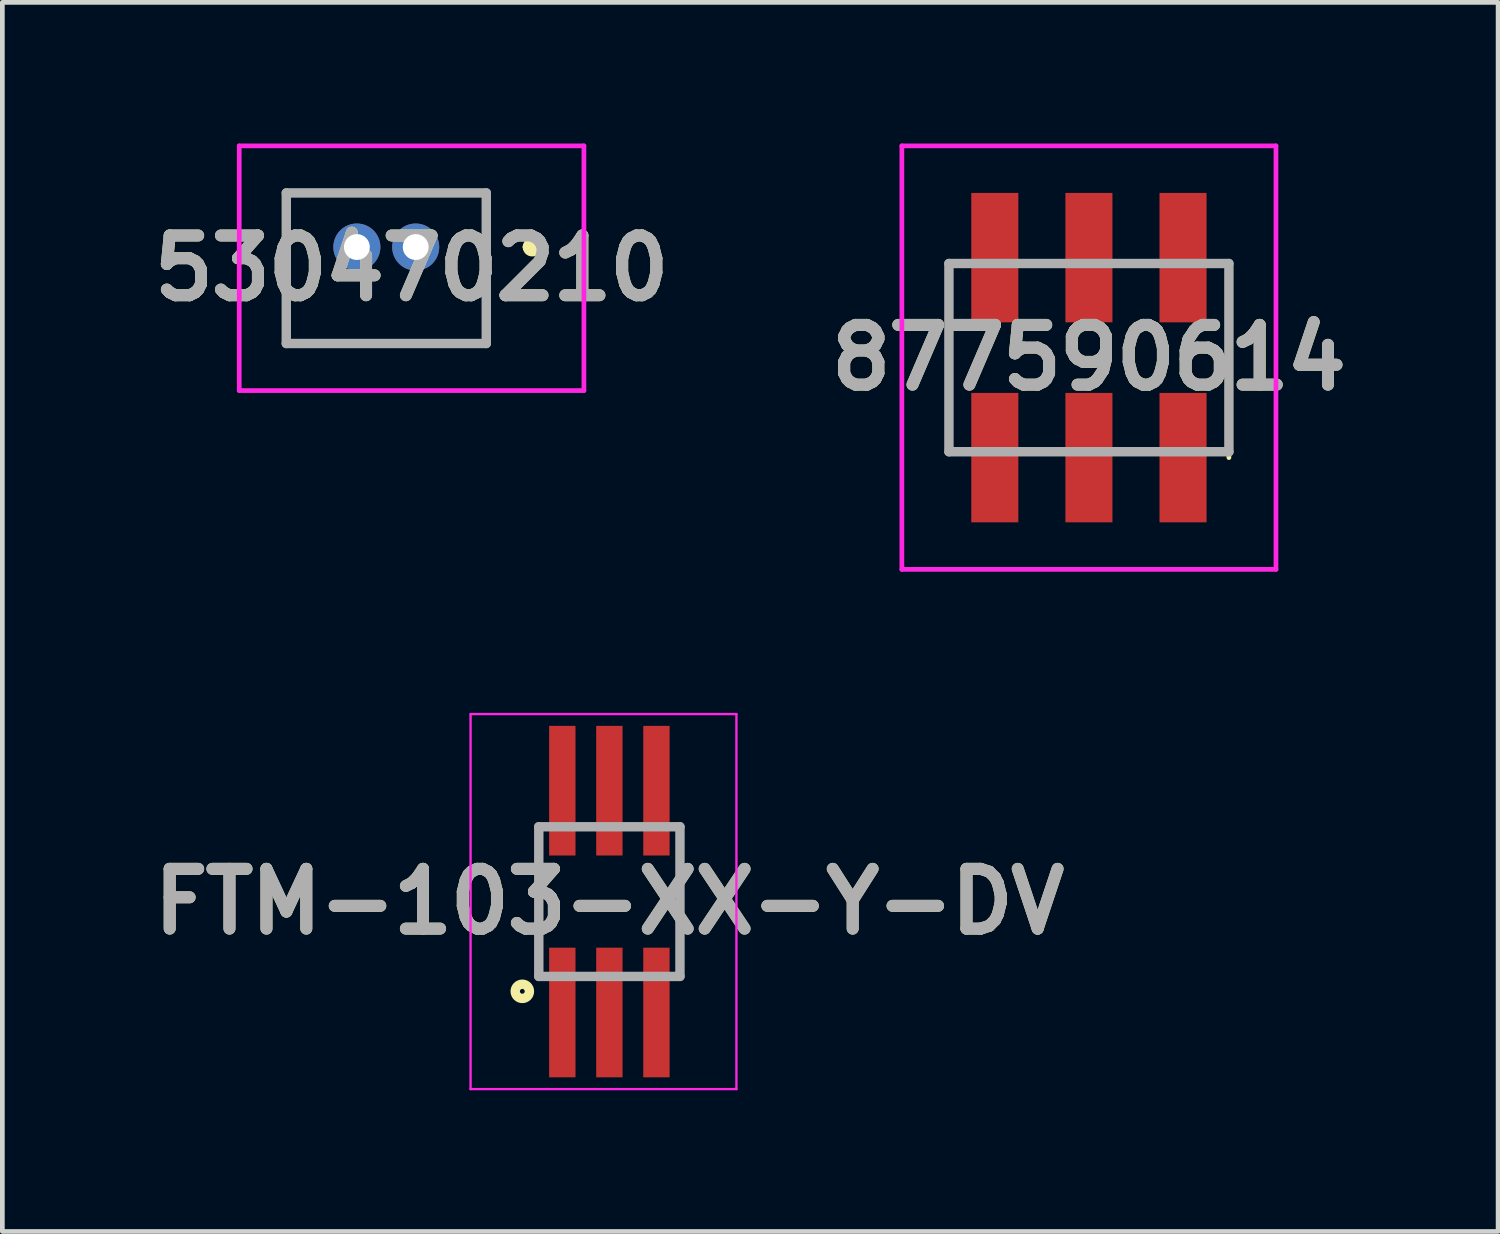
<source format=kicad_pcb>
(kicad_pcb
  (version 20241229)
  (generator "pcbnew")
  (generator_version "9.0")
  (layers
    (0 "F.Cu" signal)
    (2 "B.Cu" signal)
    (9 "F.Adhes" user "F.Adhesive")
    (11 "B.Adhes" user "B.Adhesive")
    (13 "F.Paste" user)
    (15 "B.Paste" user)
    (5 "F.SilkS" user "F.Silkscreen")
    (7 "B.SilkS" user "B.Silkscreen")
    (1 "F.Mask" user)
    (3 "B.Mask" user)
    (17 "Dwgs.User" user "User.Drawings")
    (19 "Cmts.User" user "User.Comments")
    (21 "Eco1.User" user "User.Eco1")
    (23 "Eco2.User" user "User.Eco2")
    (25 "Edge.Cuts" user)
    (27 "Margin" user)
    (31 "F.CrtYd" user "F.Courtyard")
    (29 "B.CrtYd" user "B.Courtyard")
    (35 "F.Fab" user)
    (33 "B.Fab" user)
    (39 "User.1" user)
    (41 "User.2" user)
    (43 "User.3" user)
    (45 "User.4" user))
  (footprint "FTM-103-XX-Y-DV"
    (layer "F.Cu")
    (at 9.9 16.11)
    (property "Reference" "FTM-103-XX-Y-DV" (at 0 0 0) (layer "F.SilkS") (effects (font (size 1.27 1.27) (thickness 0.254))))
    (attr smd)
    (fp_line (start -1.5 1.59) (end -1.5 -1.59) (stroke (width 0.1) (type solid)) (layer "F.SilkS"))
    (fp_line (start 1.5 -1.59) (end 1.5 1.59) (stroke (width 0.1) (type solid)) (layer "F.SilkS"))
    (fp_circle (center -1.85 1.907) (end -1.85 1.958) (stroke (width 0.2) (type solid)) (fill no) (layer "F.SilkS"))
    (fp_line (start -2.95 -3.985) (end 2.7 -3.985) (stroke (width 0.05) (type solid)) (layer "F.CrtYd"))
    (fp_line (start -2.95 3.985) (end -2.95 -3.985) (stroke (width 0.05) (type solid)) (layer "F.CrtYd"))
    (fp_line (start 2.7 -3.985) (end 2.7 3.985) (stroke (width 0.05) (type solid)) (layer "F.CrtYd"))
    (fp_line (start 2.7 3.985) (end -2.95 3.985) (stroke (width 0.05) (type solid)) (layer "F.CrtYd"))
    (fp_line (start -1.5 -1.59) (end 1.5 -1.59) (stroke (width 0.2) (type solid)) (layer "F.Fab"))
    (fp_line (start -1.5 1.59) (end -1.5 -1.59) (stroke (width 0.2) (type solid)) (layer "F.Fab"))
    (fp_line (start 1.5 -1.59) (end 1.5 1.59) (stroke (width 0.2) (type solid)) (layer "F.Fab"))
    (fp_line (start 1.5 1.59) (end -1.5 1.59) (stroke (width 0.2) (type solid)) (layer "F.Fab"))
    (fp_text user "${REFERENCE}" (at 0 0 0) (layer "F.Fab") (effects (font (size 1.27 1.27) (thickness 0.254))))
    (pad "1" smd rect (at -1 2.357) (size 0.56 2.755) (layers "F.Cu" "F.Mask" "F.Paste"))
    (pad "2" smd rect (at -1 -2.357) (size 0.56 2.755) (layers "F.Cu" "F.Mask" "F.Paste"))
    (pad "3" smd rect (at 0 2.357) (size 0.56 2.755) (layers "F.Cu" "F.Mask" "F.Paste"))
    (pad "4" smd rect (at 0 -2.357) (size 0.56 2.755) (layers "F.Cu" "F.Mask" "F.Paste"))
    (pad "5" smd rect (at 1 2.357) (size 0.56 2.755) (layers "F.Cu" "F.Mask" "F.Paste"))
    (pad "6" smd rect (at 1 -2.357) (size 0.56 2.755) (layers "F.Cu" "F.Mask" "F.Paste")))
  (footprint "530470210"
    (layer "F.Cu")
    (at 5.784 2.2)
    (property "Reference" "530470210" (at -0.087 0.45 0) (layer "F.SilkS") (effects (font (size 1.27 1.27) (thickness 0.254))))
    (attr through_hole)
    (fp_line (start -2.75 -1.15) (end 1.5 -1.15) (stroke (width 0.1) (type solid)) (layer "F.SilkS"))
    (fp_line (start -2.75 2.05) (end -2.75 -1.15) (stroke (width 0.1) (type solid)) (layer "F.SilkS"))
    (fp_line (start 1.5 -1.15) (end 1.5 2.05) (stroke (width 0.1) (type solid)) (layer "F.SilkS"))
    (fp_line (start 1.5 2.05) (end -2.75 2.05) (stroke (width 0.1) (type solid)) (layer "F.SilkS"))
    (fp_line (start 2.375 0) (end 2.375 0) (stroke (width 0.2) (type solid)) (layer "F.SilkS"))
    (fp_line (start 2.575 0) (end 2.575 0) (stroke (width 0.2) (type solid)) (layer "F.SilkS"))
    (fp_arc (start 2.375 0) (mid 2.475 -0.1) (end 2.575 0) (stroke (width 0.2) (type solid)) (layer "F.SilkS"))
    (fp_arc (start 2.575 0) (mid 2.475 0.1) (end 2.375 0) (stroke (width 0.2) (type solid)) (layer "F.SilkS"))
    (fp_line (start -3.75 -2.15) (end 3.575 -2.15) (stroke (width 0.1) (type solid)) (layer "F.CrtYd"))
    (fp_line (start -3.75 3.05) (end -3.75 -2.15) (stroke (width 0.1) (type solid)) (layer "F.CrtYd"))
    (fp_line (start 3.575 -2.15) (end 3.575 3.05) (stroke (width 0.1) (type solid)) (layer "F.CrtYd"))
    (fp_line (start 3.575 3.05) (end -3.75 3.05) (stroke (width 0.1) (type solid)) (layer "F.CrtYd"))
    (fp_line (start -2.75 -1.15) (end 1.5 -1.15) (stroke (width 0.2) (type solid)) (layer "F.Fab"))
    (fp_line (start -2.75 2.05) (end -2.75 -1.15) (stroke (width 0.2) (type solid)) (layer "F.Fab"))
    (fp_line (start 1.5 -1.15) (end 1.5 2.05) (stroke (width 0.2) (type solid)) (layer "F.Fab"))
    (fp_line (start 1.5 2.05) (end -2.75 2.05) (stroke (width 0.2) (type solid)) (layer "F.Fab"))
    (fp_text user "${REFERENCE}" (at -0.087 0.45 0) (layer "F.Fab") (effects (font (size 1.27 1.27) (thickness 0.254))))
    (pad "1" thru_hole circle (at 0 0) (size 1 1) (drill 0.55) (layers "*.Cu" "*.Mask"))
    (pad "2" thru_hole circle (at -1.25 0) (size 1 1) (drill 0.55) (layers "*.Cu" "*.Mask")))
  (footprint "877590614"
    (layer "F.Cu")
    (at 20.091 4.55)
    (property "Reference" "877590614" (at 0 0 0) (layer "F.SilkS") (effects (font (size 1.27 1.27) (thickness 0.254))))
    (attr smd)
    (fp_line (start -2.975 -2) (end -2.975 2) (stroke (width 0.1) (type solid)) (layer "F.SilkS"))
    (fp_line (start 2.975 -2) (end 2.975 2.125) (stroke (width 0.1) (type solid)) (layer "F.SilkS"))
    (fp_line (start -3.975 -4.5) (end 3.975 -4.5) (stroke (width 0.1) (type solid)) (layer "F.CrtYd"))
    (fp_line (start -3.975 4.5) (end -3.975 -4.5) (stroke (width 0.1) (type solid)) (layer "F.CrtYd"))
    (fp_line (start 3.975 -4.5) (end 3.975 4.5) (stroke (width 0.1) (type solid)) (layer "F.CrtYd"))
    (fp_line (start 3.975 4.5) (end -3.975 4.5) (stroke (width 0.1) (type solid)) (layer "F.CrtYd"))
    (fp_line (start -2.975 -2) (end 2.975 -2) (stroke (width 0.2) (type solid)) (layer "F.Fab"))
    (fp_line (start -2.975 2) (end -2.975 -2) (stroke (width 0.2) (type solid)) (layer "F.Fab"))
    (fp_line (start 2.975 -2) (end 2.975 2) (stroke (width 0.2) (type solid)) (layer "F.Fab"))
    (fp_line (start 2.975 2) (end -2.975 2) (stroke (width 0.2) (type solid)) (layer "F.Fab"))
    (fp_text user "${REFERENCE}" (at 0 0 0) (layer "F.Fab") (effects (font (size 1.27 1.27) (thickness 0.254))))
    (pad "1" smd rect (at -2 -2.125) (size 1 2.75) (layers "F.Cu" "F.Mask" "F.Paste"))
    (pad "2" smd rect (at -2 2.125) (size 1 2.75) (layers "F.Cu" "F.Mask" "F.Paste"))
    (pad "3" smd rect (at 0 -2.125) (size 1 2.75) (layers "F.Cu" "F.Mask" "F.Paste"))
    (pad "4" smd rect (at 0 2.125) (size 1 2.75) (layers "F.Cu" "F.Mask" "F.Paste"))
    (pad "5" smd rect (at 2 -2.125) (size 1 2.75) (layers "F.Cu" "F.Mask" "F.Paste"))
    (pad "6" smd rect (at 2 2.125) (size 1 2.75) (layers "F.Cu" "F.Mask" "F.Paste")))
  (gr_rect
    (start -3 -3)
    (end 28.787 23.12)
    (stroke (width 0.1) (type default))
    (fill no)
    (layer "Edge.Cuts")))
</source>
